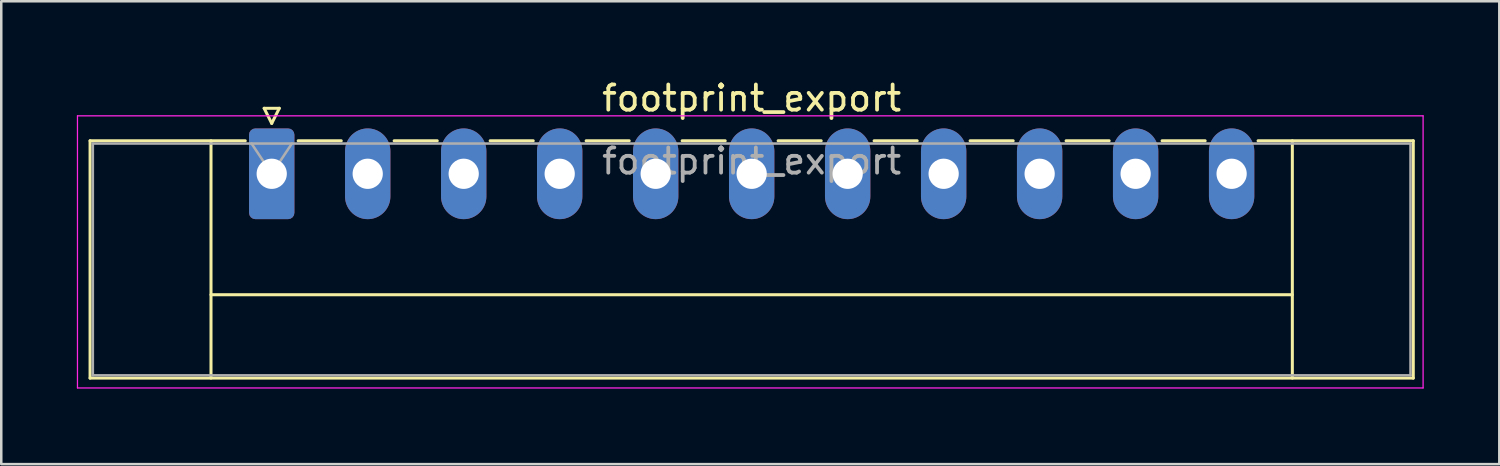
<source format=kicad_pcb>
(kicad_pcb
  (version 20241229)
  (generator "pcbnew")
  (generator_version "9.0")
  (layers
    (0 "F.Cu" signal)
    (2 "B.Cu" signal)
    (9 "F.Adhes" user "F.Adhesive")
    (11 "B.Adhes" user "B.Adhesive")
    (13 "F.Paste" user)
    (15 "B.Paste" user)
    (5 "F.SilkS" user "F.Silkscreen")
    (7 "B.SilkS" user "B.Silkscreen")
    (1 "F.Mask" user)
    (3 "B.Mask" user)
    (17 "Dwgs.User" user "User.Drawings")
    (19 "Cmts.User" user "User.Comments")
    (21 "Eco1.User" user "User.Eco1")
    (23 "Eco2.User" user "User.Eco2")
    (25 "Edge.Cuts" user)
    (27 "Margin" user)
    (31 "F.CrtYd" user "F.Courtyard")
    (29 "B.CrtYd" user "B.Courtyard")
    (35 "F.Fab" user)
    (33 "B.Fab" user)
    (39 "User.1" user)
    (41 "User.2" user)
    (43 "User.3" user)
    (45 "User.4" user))
  (footprint "footprint_export"
    (layer "F.Cu")
    (at 7.735 3.848)
    (property "Reference" "footprint_export" (at 19.05 -3 0) (layer "F.SilkS") (effects (font (size 1 1) (thickness 0.15))))
    (attr through_hole)
    (fp_line (start -7.21 -1.31) (end -7.21 8.11) (stroke (width 0.12) (type solid)) (layer "F.SilkS"))
    (fp_line (start -7.21 -1.31) (end -1.05 -1.31) (stroke (width 0.12) (type solid)) (layer "F.SilkS"))
    (fp_line (start -7.21 8.11) (end 45.31 8.11) (stroke (width 0.12) (type solid)) (layer "F.SilkS"))
    (fp_line (start -2.41 -1.31) (end -2.41 8.11) (stroke (width 0.12) (type solid)) (layer "F.SilkS"))
    (fp_line (start -2.41 4.8) (end 40.51 4.8) (stroke (width 0.12) (type solid)) (layer "F.SilkS"))
    (fp_line (start -0.3 -2.6) (end 0.3 -2.6) (stroke (width 0.12) (type solid)) (layer "F.SilkS"))
    (fp_line (start 0 -2) (end -0.3 -2.6) (stroke (width 0.12) (type solid)) (layer "F.SilkS"))
    (fp_line (start 0.3 -2.6) (end 0 -2) (stroke (width 0.12) (type solid)) (layer "F.SilkS"))
    (fp_line (start 1.05 -1.31) (end 2.76 -1.31) (stroke (width 0.12) (type solid)) (layer "F.SilkS"))
    (fp_line (start 4.86 -1.31) (end 6.57 -1.31) (stroke (width 0.12) (type solid)) (layer "F.SilkS"))
    (fp_line (start 8.67 -1.31) (end 10.38 -1.31) (stroke (width 0.12) (type solid)) (layer "F.SilkS"))
    (fp_line (start 12.48 -1.31) (end 14.19 -1.31) (stroke (width 0.12) (type solid)) (layer "F.SilkS"))
    (fp_line (start 16.29 -1.31) (end 18 -1.31) (stroke (width 0.12) (type solid)) (layer "F.SilkS"))
    (fp_line (start 20.1 -1.31) (end 21.81 -1.31) (stroke (width 0.12) (type solid)) (layer "F.SilkS"))
    (fp_line (start 23.91 -1.31) (end 25.62 -1.31) (stroke (width 0.12) (type solid)) (layer "F.SilkS"))
    (fp_line (start 27.72 -1.31) (end 29.43 -1.31) (stroke (width 0.12) (type solid)) (layer "F.SilkS"))
    (fp_line (start 31.53 -1.31) (end 33.24 -1.31) (stroke (width 0.12) (type solid)) (layer "F.SilkS"))
    (fp_line (start 35.34 -1.31) (end 37.05 -1.31) (stroke (width 0.12) (type solid)) (layer "F.SilkS"))
    (fp_line (start 40.51 -1.31) (end 40.51 8.11) (stroke (width 0.12) (type solid)) (layer "F.SilkS"))
    (fp_line (start 45.31 -1.31) (end 39.15 -1.31) (stroke (width 0.12) (type solid)) (layer "F.SilkS"))
    (fp_line (start 45.31 8.11) (end 45.31 -1.31) (stroke (width 0.12) (type solid)) (layer "F.SilkS"))
    (fp_line (start -7.71 -2.3) (end -7.71 8.5) (stroke (width 0.05) (type solid)) (layer "F.CrtYd"))
    (fp_line (start -7.71 8.5) (end 45.7 8.5) (stroke (width 0.05) (type solid)) (layer "F.CrtYd"))
    (fp_line (start 45.7 -2.3) (end -7.71 -2.3) (stroke (width 0.05) (type solid)) (layer "F.CrtYd"))
    (fp_line (start 45.7 8.5) (end 45.7 -2.3) (stroke (width 0.05) (type solid)) (layer "F.CrtYd"))
    (fp_line (start -7.1 -1.2) (end -7.1 8) (stroke (width 0.1) (type solid)) (layer "F.Fab"))
    (fp_line (start -7.1 8) (end 45.2 8) (stroke (width 0.1) (type solid)) (layer "F.Fab"))
    (fp_line (start 0 0) (end -0.8 -1.2) (stroke (width 0.1) (type solid)) (layer "F.Fab"))
    (fp_line (start 0.8 -1.2) (end 0 0) (stroke (width 0.1) (type solid)) (layer "F.Fab"))
    (fp_line (start 45.2 -1.2) (end -7.1 -1.2) (stroke (width 0.1) (type solid)) (layer "F.Fab"))
    (fp_line (start 45.2 8) (end 45.2 -1.2) (stroke (width 0.1) (type solid)) (layer "F.Fab"))
    (fp_text user "${REFERENCE}" (at 19.05 -0.5 0) (layer "F.Fab") (effects (font (size 1 1) (thickness 0.15))))
    (pad "1" thru_hole roundrect (at 0 0) (size 1.8 3.6) (drill 1.2) (layers "*.Cu" "*.Mask") (roundrect_rratio 0.139))
    (pad "2" thru_hole oval (at 3.81 0) (size 1.8 3.6) (drill 1.2) (layers "*.Cu" "*.Mask"))
    (pad "3" thru_hole oval (at 7.62 0) (size 1.8 3.6) (drill 1.2) (layers "*.Cu" "*.Mask"))
    (pad "4" thru_hole oval (at 11.43 0) (size 1.8 3.6) (drill 1.2) (layers "*.Cu" "*.Mask"))
    (pad "5" thru_hole oval (at 15.24 0) (size 1.8 3.6) (drill 1.2) (layers "*.Cu" "*.Mask"))
    (pad "6" thru_hole oval (at 19.05 0) (size 1.8 3.6) (drill 1.2) (layers "*.Cu" "*.Mask"))
    (pad "7" thru_hole oval (at 22.86 0) (size 1.8 3.6) (drill 1.2) (layers "*.Cu" "*.Mask"))
    (pad "8" thru_hole oval (at 26.67 0) (size 1.8 3.6) (drill 1.2) (layers "*.Cu" "*.Mask"))
    (pad "9" thru_hole oval (at 30.48 0) (size 1.8 3.6) (drill 1.2) (layers "*.Cu" "*.Mask"))
    (pad "10" thru_hole oval (at 34.29 0) (size 1.8 3.6) (drill 1.2) (layers "*.Cu" "*.Mask"))
    (pad "11" thru_hole oval (at 38.1 0) (size 1.8 3.6) (drill 1.2) (layers "*.Cu" "*.Mask")))
  (gr_rect
    (start -3 -3)
    (end 56.46 15.373)
    (stroke (width 0.1) (type default))
    (fill no)
    (layer "Edge.Cuts")))
</source>
